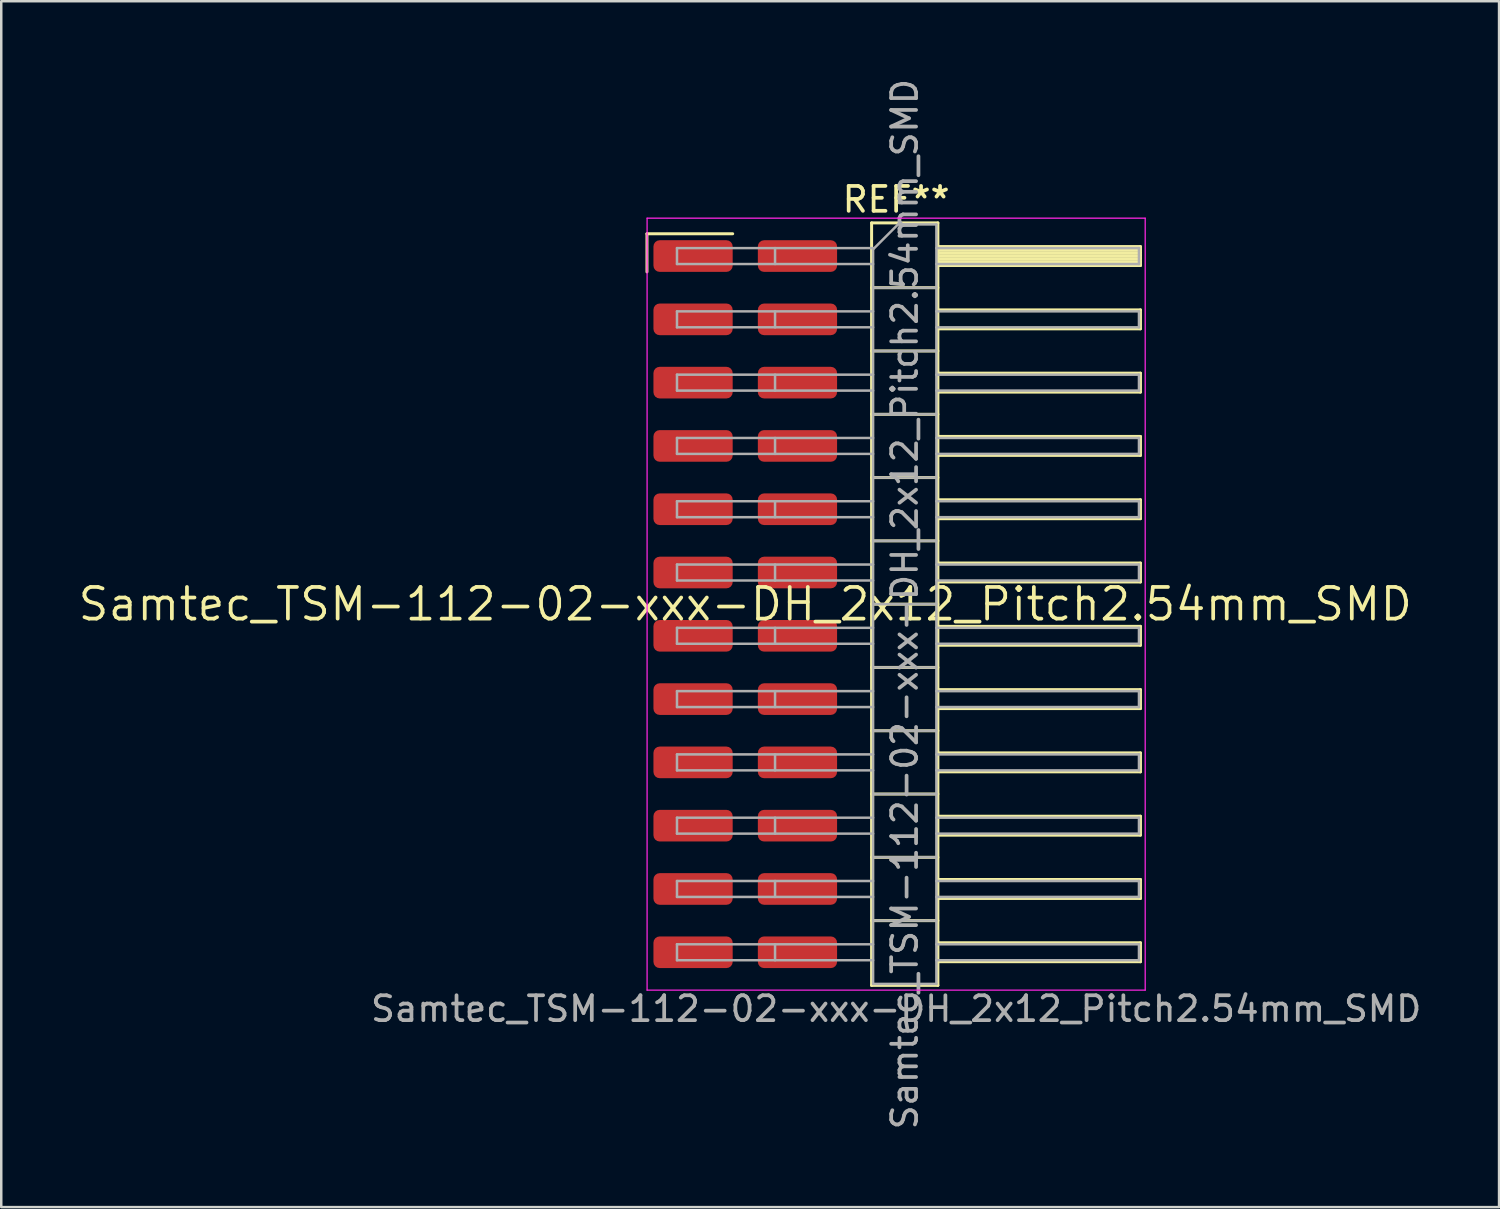
<source format=kicad_pcb>
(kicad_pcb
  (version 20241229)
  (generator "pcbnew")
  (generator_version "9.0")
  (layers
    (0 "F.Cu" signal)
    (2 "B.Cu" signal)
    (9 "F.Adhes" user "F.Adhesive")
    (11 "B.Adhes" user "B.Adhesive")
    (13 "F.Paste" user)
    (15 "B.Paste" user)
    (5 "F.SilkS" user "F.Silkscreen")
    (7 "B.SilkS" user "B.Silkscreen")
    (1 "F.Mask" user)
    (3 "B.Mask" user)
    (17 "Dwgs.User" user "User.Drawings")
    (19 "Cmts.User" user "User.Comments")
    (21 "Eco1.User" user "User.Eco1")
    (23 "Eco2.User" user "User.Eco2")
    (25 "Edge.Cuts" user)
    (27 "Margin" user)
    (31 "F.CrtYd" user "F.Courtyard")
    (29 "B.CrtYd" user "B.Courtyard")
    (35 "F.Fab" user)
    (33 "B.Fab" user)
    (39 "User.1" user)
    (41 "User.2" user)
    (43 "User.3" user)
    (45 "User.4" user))
  (footprint "Samtec_TSM-112-02-xxx-DH_2x12_Pitch2.54mm_SMD"
    (layer "F.Cu")
    (at 26.859 21.196)
    (property "Reference" "Samtec_TSM-112-02-xxx-DH_2x12_Pitch2.54mm_SMD" (at 0 0 0) (layer "F.SilkS") (effects (font (size 1.27 1.27) (thickness 0.15))))
    (attr smd)
    (fp_line (start -3.945 -14.865) (end -0.505 -14.865) (stroke (width 0.12) (type solid)) (layer "F.SilkS"))
    (fp_line (start -3.945 -13.335) (end -3.945 -14.865) (stroke (width 0.12) (type solid)) (layer "F.SilkS"))
    (fp_line (start 5.07 -15.3) (end 7.73 -15.3) (stroke (width 0.12) (type solid)) (layer "F.SilkS"))
    (fp_line (start 5.07 -12.7) (end 7.73 -12.7) (stroke (width 0.12) (type solid)) (layer "F.SilkS"))
    (fp_line (start 5.07 -10.16) (end 7.73 -10.16) (stroke (width 0.12) (type solid)) (layer "F.SilkS"))
    (fp_line (start 5.07 -7.62) (end 7.73 -7.62) (stroke (width 0.12) (type solid)) (layer "F.SilkS"))
    (fp_line (start 5.07 -5.08) (end 7.73 -5.08) (stroke (width 0.12) (type solid)) (layer "F.SilkS"))
    (fp_line (start 5.07 -2.54) (end 7.73 -2.54) (stroke (width 0.12) (type solid)) (layer "F.SilkS"))
    (fp_line (start 5.07 0) (end 7.73 0) (stroke (width 0.12) (type solid)) (layer "F.SilkS"))
    (fp_line (start 5.07 2.54) (end 7.73 2.54) (stroke (width 0.12) (type solid)) (layer "F.SilkS"))
    (fp_line (start 5.07 5.08) (end 7.73 5.08) (stroke (width 0.12) (type solid)) (layer "F.SilkS"))
    (fp_line (start 5.07 7.62) (end 7.73 7.62) (stroke (width 0.12) (type solid)) (layer "F.SilkS"))
    (fp_line (start 5.07 10.16) (end 7.73 10.16) (stroke (width 0.12) (type solid)) (layer "F.SilkS"))
    (fp_line (start 5.07 12.7) (end 7.73 12.7) (stroke (width 0.12) (type solid)) (layer "F.SilkS"))
    (fp_line (start 5.07 15.3) (end 5.07 -15.3) (stroke (width 0.12) (type solid)) (layer "F.SilkS"))
    (fp_line (start 7.73 -15.3) (end 7.73 15.3) (stroke (width 0.12) (type solid)) (layer "F.SilkS"))
    (fp_line (start 7.73 -14.35) (end 15.86 -14.35) (stroke (width 0.12) (type solid)) (layer "F.SilkS"))
    (fp_line (start 7.73 -14.23) (end 15.86 -14.23) (stroke (width 0.12) (type solid)) (layer "F.SilkS"))
    (fp_line (start 7.73 -14.11) (end 15.86 -14.11) (stroke (width 0.12) (type solid)) (layer "F.SilkS"))
    (fp_line (start 7.73 -13.99) (end 15.86 -13.99) (stroke (width 0.12) (type solid)) (layer "F.SilkS"))
    (fp_line (start 7.73 -13.87) (end 15.86 -13.87) (stroke (width 0.12) (type solid)) (layer "F.SilkS"))
    (fp_line (start 7.73 -13.75) (end 15.86 -13.75) (stroke (width 0.12) (type solid)) (layer "F.SilkS"))
    (fp_line (start 7.73 -13.63) (end 15.86 -13.63) (stroke (width 0.12) (type solid)) (layer "F.SilkS"))
    (fp_line (start 7.73 -13.59) (end 15.86 -13.59) (stroke (width 0.12) (type solid)) (layer "F.SilkS"))
    (fp_line (start 7.73 -11.81) (end 15.86 -11.81) (stroke (width 0.12) (type solid)) (layer "F.SilkS"))
    (fp_line (start 7.73 -11.05) (end 15.86 -11.05) (stroke (width 0.12) (type solid)) (layer "F.SilkS"))
    (fp_line (start 7.73 -9.27) (end 15.86 -9.27) (stroke (width 0.12) (type solid)) (layer "F.SilkS"))
    (fp_line (start 7.73 -8.51) (end 15.86 -8.51) (stroke (width 0.12) (type solid)) (layer "F.SilkS"))
    (fp_line (start 7.73 -6.73) (end 15.86 -6.73) (stroke (width 0.12) (type solid)) (layer "F.SilkS"))
    (fp_line (start 7.73 -5.97) (end 15.86 -5.97) (stroke (width 0.12) (type solid)) (layer "F.SilkS"))
    (fp_line (start 7.73 -4.19) (end 15.86 -4.19) (stroke (width 0.12) (type solid)) (layer "F.SilkS"))
    (fp_line (start 7.73 -3.43) (end 15.86 -3.43) (stroke (width 0.12) (type solid)) (layer "F.SilkS"))
    (fp_line (start 7.73 -1.65) (end 15.86 -1.65) (stroke (width 0.12) (type solid)) (layer "F.SilkS"))
    (fp_line (start 7.73 -0.89) (end 15.86 -0.89) (stroke (width 0.12) (type solid)) (layer "F.SilkS"))
    (fp_line (start 7.73 0.89) (end 15.86 0.89) (stroke (width 0.12) (type solid)) (layer "F.SilkS"))
    (fp_line (start 7.73 1.65) (end 15.86 1.65) (stroke (width 0.12) (type solid)) (layer "F.SilkS"))
    (fp_line (start 7.73 3.43) (end 15.86 3.43) (stroke (width 0.12) (type solid)) (layer "F.SilkS"))
    (fp_line (start 7.73 4.19) (end 15.86 4.19) (stroke (width 0.12) (type solid)) (layer "F.SilkS"))
    (fp_line (start 7.73 5.97) (end 15.86 5.97) (stroke (width 0.12) (type solid)) (layer "F.SilkS"))
    (fp_line (start 7.73 6.73) (end 15.86 6.73) (stroke (width 0.12) (type solid)) (layer "F.SilkS"))
    (fp_line (start 7.73 8.51) (end 15.86 8.51) (stroke (width 0.12) (type solid)) (layer "F.SilkS"))
    (fp_line (start 7.73 9.27) (end 15.86 9.27) (stroke (width 0.12) (type solid)) (layer "F.SilkS"))
    (fp_line (start 7.73 11.05) (end 15.86 11.05) (stroke (width 0.12) (type solid)) (layer "F.SilkS"))
    (fp_line (start 7.73 11.81) (end 15.86 11.81) (stroke (width 0.12) (type solid)) (layer "F.SilkS"))
    (fp_line (start 7.73 13.59) (end 15.86 13.59) (stroke (width 0.12) (type solid)) (layer "F.SilkS"))
    (fp_line (start 7.73 14.35) (end 15.86 14.35) (stroke (width 0.12) (type solid)) (layer "F.SilkS"))
    (fp_line (start 7.73 15.3) (end 5.07 15.3) (stroke (width 0.12) (type solid)) (layer "F.SilkS"))
    (fp_line (start 15.86 -14.35) (end 15.86 -13.59) (stroke (width 0.12) (type solid)) (layer "F.SilkS"))
    (fp_line (start 15.86 -11.81) (end 15.86 -11.05) (stroke (width 0.12) (type solid)) (layer "F.SilkS"))
    (fp_line (start 15.86 -9.27) (end 15.86 -8.51) (stroke (width 0.12) (type solid)) (layer "F.SilkS"))
    (fp_line (start 15.86 -6.73) (end 15.86 -5.97) (stroke (width 0.12) (type solid)) (layer "F.SilkS"))
    (fp_line (start 15.86 -4.19) (end 15.86 -3.43) (stroke (width 0.12) (type solid)) (layer "F.SilkS"))
    (fp_line (start 15.86 -1.65) (end 15.86 -0.89) (stroke (width 0.12) (type solid)) (layer "F.SilkS"))
    (fp_line (start 15.86 0.89) (end 15.86 1.65) (stroke (width 0.12) (type solid)) (layer "F.SilkS"))
    (fp_line (start 15.86 3.43) (end 15.86 4.19) (stroke (width 0.12) (type solid)) (layer "F.SilkS"))
    (fp_line (start 15.86 5.97) (end 15.86 6.73) (stroke (width 0.12) (type solid)) (layer "F.SilkS"))
    (fp_line (start 15.86 8.51) (end 15.86 9.27) (stroke (width 0.12) (type solid)) (layer "F.SilkS"))
    (fp_line (start 15.86 11.05) (end 15.86 11.81) (stroke (width 0.12) (type solid)) (layer "F.SilkS"))
    (fp_line (start 15.86 13.59) (end 15.86 14.35) (stroke (width 0.12) (type solid)) (layer "F.SilkS"))
    (fp_line (start -3.94 -15.49) (end 16.05 -15.49) (stroke (width 0.05) (type solid)) (layer "F.CrtYd"))
    (fp_line (start -3.94 15.49) (end -3.94 -15.49) (stroke (width 0.05) (type solid)) (layer "F.CrtYd"))
    (fp_line (start 16.05 -15.49) (end 16.05 15.49) (stroke (width 0.05) (type solid)) (layer "F.CrtYd"))
    (fp_line (start 16.05 15.49) (end -3.94 15.49) (stroke (width 0.05) (type solid)) (layer "F.CrtYd"))
    (fp_line (start -2.74 -14.29) (end -2.74 -13.65) (stroke (width 0.1) (type solid)) (layer "F.Fab"))
    (fp_line (start -2.74 -14.29) (end 5.13 -14.29) (stroke (width 0.1) (type solid)) (layer "F.Fab"))
    (fp_line (start -2.74 -13.65) (end 5.13 -13.65) (stroke (width 0.1) (type solid)) (layer "F.Fab"))
    (fp_line (start -2.74 -11.75) (end -2.74 -11.11) (stroke (width 0.1) (type solid)) (layer "F.Fab"))
    (fp_line (start -2.74 -11.75) (end 5.13 -11.75) (stroke (width 0.1) (type solid)) (layer "F.Fab"))
    (fp_line (start -2.74 -11.11) (end 5.13 -11.11) (stroke (width 0.1) (type solid)) (layer "F.Fab"))
    (fp_line (start -2.74 -9.21) (end -2.74 -8.57) (stroke (width 0.1) (type solid)) (layer "F.Fab"))
    (fp_line (start -2.74 -9.21) (end 5.13 -9.21) (stroke (width 0.1) (type solid)) (layer "F.Fab"))
    (fp_line (start -2.74 -8.57) (end 5.13 -8.57) (stroke (width 0.1) (type solid)) (layer "F.Fab"))
    (fp_line (start -2.74 -6.67) (end -2.74 -6.03) (stroke (width 0.1) (type solid)) (layer "F.Fab"))
    (fp_line (start -2.74 -6.67) (end 5.13 -6.67) (stroke (width 0.1) (type solid)) (layer "F.Fab"))
    (fp_line (start -2.74 -6.03) (end 5.13 -6.03) (stroke (width 0.1) (type solid)) (layer "F.Fab"))
    (fp_line (start -2.74 -4.13) (end -2.74 -3.49) (stroke (width 0.1) (type solid)) (layer "F.Fab"))
    (fp_line (start -2.74 -4.13) (end 5.13 -4.13) (stroke (width 0.1) (type solid)) (layer "F.Fab"))
    (fp_line (start -2.74 -3.49) (end 5.13 -3.49) (stroke (width 0.1) (type solid)) (layer "F.Fab"))
    (fp_line (start -2.74 -1.59) (end -2.74 -0.95) (stroke (width 0.1) (type solid)) (layer "F.Fab"))
    (fp_line (start -2.74 -1.59) (end 5.13 -1.59) (stroke (width 0.1) (type solid)) (layer "F.Fab"))
    (fp_line (start -2.74 -0.95) (end 5.13 -0.95) (stroke (width 0.1) (type solid)) (layer "F.Fab"))
    (fp_line (start -2.74 0.95) (end -2.74 1.59) (stroke (width 0.1) (type solid)) (layer "F.Fab"))
    (fp_line (start -2.74 0.95) (end 5.13 0.95) (stroke (width 0.1) (type solid)) (layer "F.Fab"))
    (fp_line (start -2.74 1.59) (end 5.13 1.59) (stroke (width 0.1) (type solid)) (layer "F.Fab"))
    (fp_line (start -2.74 3.49) (end -2.74 4.13) (stroke (width 0.1) (type solid)) (layer "F.Fab"))
    (fp_line (start -2.74 3.49) (end 5.13 3.49) (stroke (width 0.1) (type solid)) (layer "F.Fab"))
    (fp_line (start -2.74 4.13) (end 5.13 4.13) (stroke (width 0.1) (type solid)) (layer "F.Fab"))
    (fp_line (start -2.74 6.03) (end -2.74 6.67) (stroke (width 0.1) (type solid)) (layer "F.Fab"))
    (fp_line (start -2.74 6.03) (end 5.13 6.03) (stroke (width 0.1) (type solid)) (layer "F.Fab"))
    (fp_line (start -2.74 6.67) (end 5.13 6.67) (stroke (width 0.1) (type solid)) (layer "F.Fab"))
    (fp_line (start -2.74 8.57) (end -2.74 9.21) (stroke (width 0.1) (type solid)) (layer "F.Fab"))
    (fp_line (start -2.74 8.57) (end 5.13 8.57) (stroke (width 0.1) (type solid)) (layer "F.Fab"))
    (fp_line (start -2.74 9.21) (end 5.13 9.21) (stroke (width 0.1) (type solid)) (layer "F.Fab"))
    (fp_line (start -2.74 11.11) (end -2.74 11.75) (stroke (width 0.1) (type solid)) (layer "F.Fab"))
    (fp_line (start -2.74 11.11) (end 5.13 11.11) (stroke (width 0.1) (type solid)) (layer "F.Fab"))
    (fp_line (start -2.74 11.75) (end 5.13 11.75) (stroke (width 0.1) (type solid)) (layer "F.Fab"))
    (fp_line (start -2.74 13.65) (end -2.74 14.29) (stroke (width 0.1) (type solid)) (layer "F.Fab"))
    (fp_line (start -2.74 13.65) (end 5.13 13.65) (stroke (width 0.1) (type solid)) (layer "F.Fab"))
    (fp_line (start -2.74 14.29) (end 5.13 14.29) (stroke (width 0.1) (type solid)) (layer "F.Fab"))
    (fp_line (start 1.195 -14.29) (end 1.195 -13.65) (stroke (width 0.1) (type solid)) (layer "F.Fab"))
    (fp_line (start 1.195 -11.75) (end 1.195 -11.11) (stroke (width 0.1) (type solid)) (layer "F.Fab"))
    (fp_line (start 1.195 -9.21) (end 1.195 -8.57) (stroke (width 0.1) (type solid)) (layer "F.Fab"))
    (fp_line (start 1.195 -6.67) (end 1.195 -6.03) (stroke (width 0.1) (type solid)) (layer "F.Fab"))
    (fp_line (start 1.195 -4.13) (end 1.195 -3.49) (stroke (width 0.1) (type solid)) (layer "F.Fab"))
    (fp_line (start 1.195 -1.59) (end 1.195 -0.95) (stroke (width 0.1) (type solid)) (layer "F.Fab"))
    (fp_line (start 1.195 0.95) (end 1.195 1.59) (stroke (width 0.1) (type solid)) (layer "F.Fab"))
    (fp_line (start 1.195 3.49) (end 1.195 4.13) (stroke (width 0.1) (type solid)) (layer "F.Fab"))
    (fp_line (start 1.195 6.03) (end 1.195 6.67) (stroke (width 0.1) (type solid)) (layer "F.Fab"))
    (fp_line (start 1.195 8.57) (end 1.195 9.21) (stroke (width 0.1) (type solid)) (layer "F.Fab"))
    (fp_line (start 1.195 11.11) (end 1.195 11.75) (stroke (width 0.1) (type solid)) (layer "F.Fab"))
    (fp_line (start 1.195 13.65) (end 1.195 14.29) (stroke (width 0.1) (type solid)) (layer "F.Fab"))
    (fp_line (start 5.13 -14.24) (end 6.13 -15.24) (stroke (width 0.1) (type solid)) (layer "F.Fab"))
    (fp_line (start 5.13 -12.7) (end 7.67 -12.7) (stroke (width 0.1) (type solid)) (layer "F.Fab"))
    (fp_line (start 5.13 -10.16) (end 7.67 -10.16) (stroke (width 0.1) (type solid)) (layer "F.Fab"))
    (fp_line (start 5.13 -7.62) (end 7.67 -7.62) (stroke (width 0.1) (type solid)) (layer "F.Fab"))
    (fp_line (start 5.13 -5.08) (end 7.67 -5.08) (stroke (width 0.1) (type solid)) (layer "F.Fab"))
    (fp_line (start 5.13 -2.54) (end 7.67 -2.54) (stroke (width 0.1) (type solid)) (layer "F.Fab"))
    (fp_line (start 5.13 0) (end 7.67 0) (stroke (width 0.1) (type solid)) (layer "F.Fab"))
    (fp_line (start 5.13 2.54) (end 7.67 2.54) (stroke (width 0.1) (type solid)) (layer "F.Fab"))
    (fp_line (start 5.13 5.08) (end 7.67 5.08) (stroke (width 0.1) (type solid)) (layer "F.Fab"))
    (fp_line (start 5.13 7.62) (end 7.67 7.62) (stroke (width 0.1) (type solid)) (layer "F.Fab"))
    (fp_line (start 5.13 10.16) (end 7.67 10.16) (stroke (width 0.1) (type solid)) (layer "F.Fab"))
    (fp_line (start 5.13 12.7) (end 7.67 12.7) (stroke (width 0.1) (type solid)) (layer "F.Fab"))
    (fp_line (start 5.13 15.24) (end 5.13 -14.24) (stroke (width 0.1) (type solid)) (layer "F.Fab"))
    (fp_line (start 6.13 -15.24) (end 7.67 -15.24) (stroke (width 0.1) (type solid)) (layer "F.Fab"))
    (fp_line (start 7.67 -15.24) (end 7.67 15.24) (stroke (width 0.1) (type solid)) (layer "F.Fab"))
    (fp_line (start 7.67 -14.29) (end 15.8 -14.29) (stroke (width 0.1) (type solid)) (layer "F.Fab"))
    (fp_line (start 7.67 -13.65) (end 15.8 -13.65) (stroke (width 0.1) (type solid)) (layer "F.Fab"))
    (fp_line (start 7.67 -11.75) (end 15.8 -11.75) (stroke (width 0.1) (type solid)) (layer "F.Fab"))
    (fp_line (start 7.67 -11.11) (end 15.8 -11.11) (stroke (width 0.1) (type solid)) (layer "F.Fab"))
    (fp_line (start 7.67 -9.21) (end 15.8 -9.21) (stroke (width 0.1) (type solid)) (layer "F.Fab"))
    (fp_line (start 7.67 -8.57) (end 15.8 -8.57) (stroke (width 0.1) (type solid)) (layer "F.Fab"))
    (fp_line (start 7.67 -6.67) (end 15.8 -6.67) (stroke (width 0.1) (type solid)) (layer "F.Fab"))
    (fp_line (start 7.67 -6.03) (end 15.8 -6.03) (stroke (width 0.1) (type solid)) (layer "F.Fab"))
    (fp_line (start 7.67 -4.13) (end 15.8 -4.13) (stroke (width 0.1) (type solid)) (layer "F.Fab"))
    (fp_line (start 7.67 -3.49) (end 15.8 -3.49) (stroke (width 0.1) (type solid)) (layer "F.Fab"))
    (fp_line (start 7.67 -1.59) (end 15.8 -1.59) (stroke (width 0.1) (type solid)) (layer "F.Fab"))
    (fp_line (start 7.67 -0.95) (end 15.8 -0.95) (stroke (width 0.1) (type solid)) (layer "F.Fab"))
    (fp_line (start 7.67 0.95) (end 15.8 0.95) (stroke (width 0.1) (type solid)) (layer "F.Fab"))
    (fp_line (start 7.67 1.59) (end 15.8 1.59) (stroke (width 0.1) (type solid)) (layer "F.Fab"))
    (fp_line (start 7.67 3.49) (end 15.8 3.49) (stroke (width 0.1) (type solid)) (layer "F.Fab"))
    (fp_line (start 7.67 4.13) (end 15.8 4.13) (stroke (width 0.1) (type solid)) (layer "F.Fab"))
    (fp_line (start 7.67 6.03) (end 15.8 6.03) (stroke (width 0.1) (type solid)) (layer "F.Fab"))
    (fp_line (start 7.67 6.67) (end 15.8 6.67) (stroke (width 0.1) (type solid)) (layer "F.Fab"))
    (fp_line (start 7.67 8.57) (end 15.8 8.57) (stroke (width 0.1) (type solid)) (layer "F.Fab"))
    (fp_line (start 7.67 9.21) (end 15.8 9.21) (stroke (width 0.1) (type solid)) (layer "F.Fab"))
    (fp_line (start 7.67 11.11) (end 15.8 11.11) (stroke (width 0.1) (type solid)) (layer "F.Fab"))
    (fp_line (start 7.67 11.75) (end 15.8 11.75) (stroke (width 0.1) (type solid)) (layer "F.Fab"))
    (fp_line (start 7.67 13.65) (end 15.8 13.65) (stroke (width 0.1) (type solid)) (layer "F.Fab"))
    (fp_line (start 7.67 14.29) (end 15.8 14.29) (stroke (width 0.1) (type solid)) (layer "F.Fab"))
    (fp_line (start 7.67 15.24) (end 5.13 15.24) (stroke (width 0.1) (type solid)) (layer "F.Fab"))
    (fp_line (start 15.8 -14.29) (end 15.8 -13.65) (stroke (width 0.1) (type solid)) (layer "F.Fab"))
    (fp_line (start 15.8 -11.75) (end 15.8 -11.11) (stroke (width 0.1) (type solid)) (layer "F.Fab"))
    (fp_line (start 15.8 -9.21) (end 15.8 -8.57) (stroke (width 0.1) (type solid)) (layer "F.Fab"))
    (fp_line (start 15.8 -6.67) (end 15.8 -6.03) (stroke (width 0.1) (type solid)) (layer "F.Fab"))
    (fp_line (start 15.8 -4.13) (end 15.8 -3.49) (stroke (width 0.1) (type solid)) (layer "F.Fab"))
    (fp_line (start 15.8 -1.59) (end 15.8 -0.95) (stroke (width 0.1) (type solid)) (layer "F.Fab"))
    (fp_line (start 15.8 0.95) (end 15.8 1.59) (stroke (width 0.1) (type solid)) (layer "F.Fab"))
    (fp_line (start 15.8 3.49) (end 15.8 4.13) (stroke (width 0.1) (type solid)) (layer "F.Fab"))
    (fp_line (start 15.8 6.03) (end 15.8 6.67) (stroke (width 0.1) (type solid)) (layer "F.Fab"))
    (fp_line (start 15.8 8.57) (end 15.8 9.21) (stroke (width 0.1) (type solid)) (layer "F.Fab"))
    (fp_line (start 15.8 11.11) (end 15.8 11.75) (stroke (width 0.1) (type solid)) (layer "F.Fab"))
    (fp_line (start 15.8 13.65) (end 15.8 14.29) (stroke (width 0.1) (type solid)) (layer "F.Fab"))
    (fp_text user "REF**" (at 6.055 -16.24 0) (layer "F.SilkS") (effects (font (size 1 1) (thickness 0.15))))
    (fp_text user "Samtec_TSM-112-02-xxx-DH_2x12_Pitch2.54mm_SMD" (at 6.055 16.24 0) (layer "F.Fab") (effects (font (size 1 1) (thickness 0.15))))
    (fp_text user "${REFERENCE}" (at 6.4 0 90) (layer "F.Fab") (effects (font (size 1 1) (thickness 0.15))))
    (pad "1" smd roundrect (at -2.095 -13.97) (size 3.18 1.27) (layers "F.Cu" "F.Mask" "F.Paste") (roundrect_rratio 0.197))
    (pad "2" smd roundrect (at 2.095 -13.97) (size 3.18 1.27) (layers "F.Cu" "F.Mask" "F.Paste") (roundrect_rratio 0.197))
    (pad "3" smd roundrect (at -2.095 -11.43) (size 3.18 1.27) (layers "F.Cu" "F.Mask" "F.Paste") (roundrect_rratio 0.197))
    (pad "4" smd roundrect (at 2.095 -11.43) (size 3.18 1.27) (layers "F.Cu" "F.Mask" "F.Paste") (roundrect_rratio 0.197))
    (pad "5" smd roundrect (at -2.095 -8.89) (size 3.18 1.27) (layers "F.Cu" "F.Mask" "F.Paste") (roundrect_rratio 0.197))
    (pad "6" smd roundrect (at 2.095 -8.89) (size 3.18 1.27) (layers "F.Cu" "F.Mask" "F.Paste") (roundrect_rratio 0.197))
    (pad "7" smd roundrect (at -2.095 -6.35) (size 3.18 1.27) (layers "F.Cu" "F.Mask" "F.Paste") (roundrect_rratio 0.197))
    (pad "8" smd roundrect (at 2.095 -6.35) (size 3.18 1.27) (layers "F.Cu" "F.Mask" "F.Paste") (roundrect_rratio 0.197))
    (pad "9" smd roundrect (at -2.095 -3.81) (size 3.18 1.27) (layers "F.Cu" "F.Mask" "F.Paste") (roundrect_rratio 0.197))
    (pad "10" smd roundrect (at 2.095 -3.81) (size 3.18 1.27) (layers "F.Cu" "F.Mask" "F.Paste") (roundrect_rratio 0.197))
    (pad "11" smd roundrect (at -2.095 -1.27) (size 3.18 1.27) (layers "F.Cu" "F.Mask" "F.Paste") (roundrect_rratio 0.197))
    (pad "12" smd roundrect (at 2.095 -1.27) (size 3.18 1.27) (layers "F.Cu" "F.Mask" "F.Paste") (roundrect_rratio 0.197))
    (pad "13" smd roundrect (at -2.095 1.27) (size 3.18 1.27) (layers "F.Cu" "F.Mask" "F.Paste") (roundrect_rratio 0.197))
    (pad "14" smd roundrect (at 2.095 1.27) (size 3.18 1.27) (layers "F.Cu" "F.Mask" "F.Paste") (roundrect_rratio 0.197))
    (pad "15" smd roundrect (at -2.095 3.81) (size 3.18 1.27) (layers "F.Cu" "F.Mask" "F.Paste") (roundrect_rratio 0.197))
    (pad "16" smd roundrect (at 2.095 3.81) (size 3.18 1.27) (layers "F.Cu" "F.Mask" "F.Paste") (roundrect_rratio 0.197))
    (pad "17" smd roundrect (at -2.095 6.35) (size 3.18 1.27) (layers "F.Cu" "F.Mask" "F.Paste") (roundrect_rratio 0.197))
    (pad "18" smd roundrect (at 2.095 6.35) (size 3.18 1.27) (layers "F.Cu" "F.Mask" "F.Paste") (roundrect_rratio 0.197))
    (pad "19" smd roundrect (at -2.095 8.89) (size 3.18 1.27) (layers "F.Cu" "F.Mask" "F.Paste") (roundrect_rratio 0.197))
    (pad "20" smd roundrect (at 2.095 8.89) (size 3.18 1.27) (layers "F.Cu" "F.Mask" "F.Paste") (roundrect_rratio 0.197))
    (pad "21" smd roundrect (at -2.095 11.43) (size 3.18 1.27) (layers "F.Cu" "F.Mask" "F.Paste") (roundrect_rratio 0.197))
    (pad "22" smd roundrect (at 2.095 11.43) (size 3.18 1.27) (layers "F.Cu" "F.Mask" "F.Paste") (roundrect_rratio 0.197))
    (pad "23" smd roundrect (at -2.095 13.97) (size 3.18 1.27) (layers "F.Cu" "F.Mask" "F.Paste") (roundrect_rratio 0.197))
    (pad "24" smd roundrect (at 2.095 13.97) (size 3.18 1.27) (layers "F.Cu" "F.Mask" "F.Paste") (roundrect_rratio 0.197)))
  (gr_rect
    (start -3 -3)
    (end 57.11 45.393)
    (stroke (width 0.1) (type default))
    (fill no)
    (layer "Edge.Cuts")))
</source>
